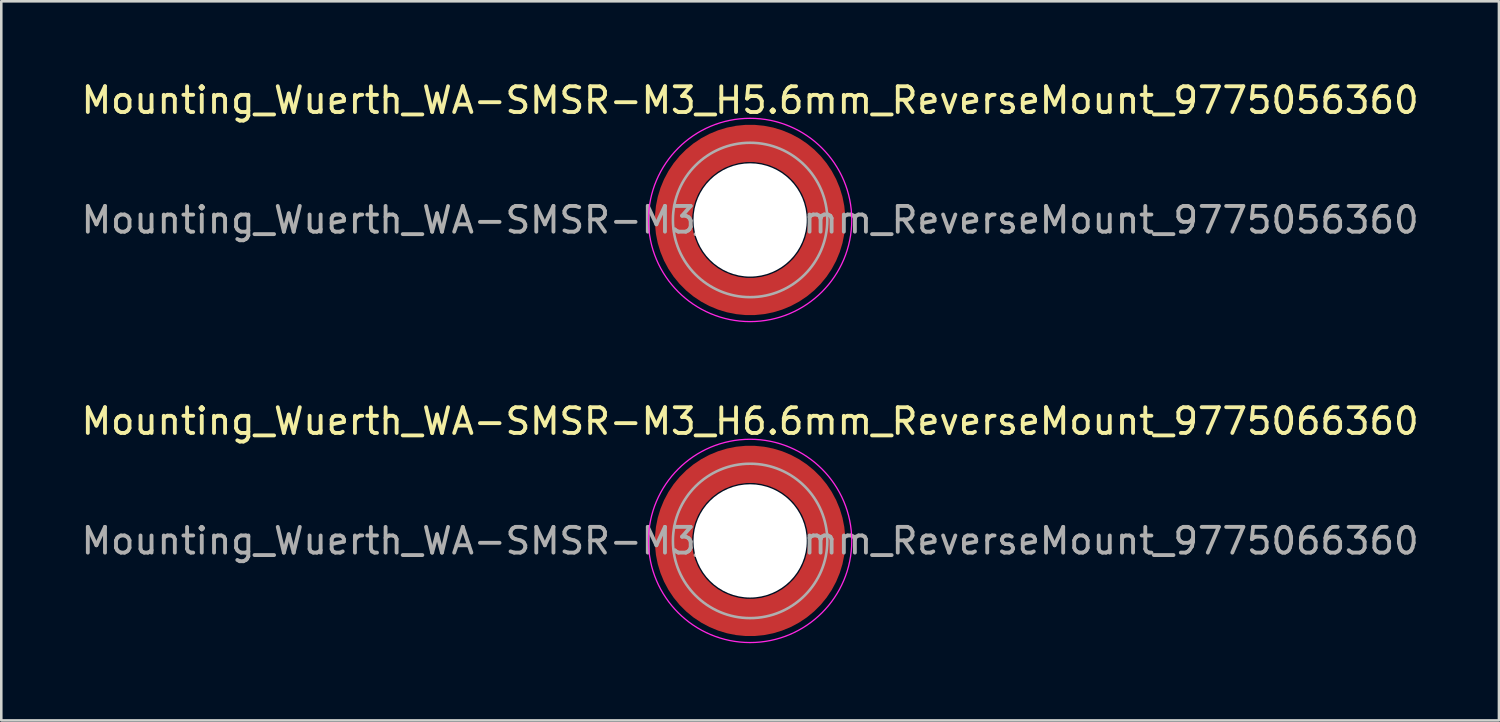
<source format=kicad_pcb>
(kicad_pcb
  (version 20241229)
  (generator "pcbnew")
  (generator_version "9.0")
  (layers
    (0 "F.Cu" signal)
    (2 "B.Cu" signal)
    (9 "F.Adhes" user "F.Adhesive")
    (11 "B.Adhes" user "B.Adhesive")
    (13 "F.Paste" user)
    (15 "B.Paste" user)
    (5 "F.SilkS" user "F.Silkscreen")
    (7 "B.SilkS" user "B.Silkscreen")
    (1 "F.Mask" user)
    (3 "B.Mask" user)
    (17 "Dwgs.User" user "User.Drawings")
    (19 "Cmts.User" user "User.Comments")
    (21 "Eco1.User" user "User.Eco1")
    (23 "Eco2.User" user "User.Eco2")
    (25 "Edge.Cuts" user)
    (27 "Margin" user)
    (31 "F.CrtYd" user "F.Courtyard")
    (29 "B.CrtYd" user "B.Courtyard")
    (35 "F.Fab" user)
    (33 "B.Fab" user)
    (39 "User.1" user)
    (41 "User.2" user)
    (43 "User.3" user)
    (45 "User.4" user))
  (footprint "Mounting_Wuerth_WA-SMSR-M3_H5.6mm_ReverseMount_9775056360"
    (layer "F.Cu")
    (at 26.101 5.498)
    (property "Reference" "Mounting_Wuerth_WA-SMSR-M3_H5.6mm_ReverseMount_9775056360" (at 0 -4.65 0) (layer "F.SilkS") (effects (font (size 1 1) (thickness 0.15))))
    (attr smd)
    (fp_circle (center 0 0) (end 3.95 0) (stroke (width 0.05) (type solid)) (fill no) (layer "F.CrtYd"))
    (fp_circle (center 0 0) (end 3 0) (stroke (width 0.1) (type solid)) (fill no) (layer "F.Fab"))
    (fp_text user "${REFERENCE}" (at 0 0 0) (layer "F.Fab") (effects (font (size 1 1) (thickness 0.15))))
    (pad "" smd custom (at -2.095 -2.095) (size 0.945 0.945) (layers "F.Paste") (options (anchor circle)) (primitives (gr_arc (start -0.24231 1.594804) (mid 0.404104 0.405534) (end 1.592827 -0.241886) (width 0.2)) (gr_arc (start -0.3398 1.594804) (mid 0.335987 0.338711) (end 1.591031 -0.339022) (width 0.2)) (gr_arc (start -0.437132 1.594804) (mid 0.268952 0.270807) (end 1.592231 -0.436623) (width 0.2)) (gr_arc (start -0.534324 1.594804) (mid 0.201345 0.203474) (end 1.591846 -0.53376) (width 0.2)) (gr_arc (start -0.631391 1.594804) (mid 0.134696 0.135183) (end 1.594126 -0.631267) (width 0.2)) (gr_arc (start -0.728345 1.594804) (mid 0.067234 0.067705) (end 1.594149 -0.728229) (width 0.2)) (gr_arc (start -0.825197 1.594804) (mid -0.001218 0.001219) (end 1.591408 -0.824614) (width 0.2)) (gr_arc (start -0.921958 1.594804) (mid -0.068952 -0.065985) (end 1.590665 -0.921269) (width 0.2)) (gr_arc (start -1.018637 1.594804) (mid -0.135972 -0.133906) (end 1.59192 -1.018172) (width 0.2)) (gr_arc (start -1.115239 1.594804) (mid -0.20428 -0.200537) (end 1.589574 -1.11442) (width 0.2)) (gr_arc (start -1.211773 1.594804) (mid -0.26993 -0.269828) (end 1.594662 -1.211752) (width 0.2)) (gr_arc (start -1.308244 1.594804) (mid -0.33911 -0.335587) (end 1.589875 -1.307516) (width 0.2)) (gr_arc (start -1.404657 1.594804) (mid -0.405633 -0.404004) (end 1.592524 -1.404331) (width 0.2)) (gr_arc (start -1.404657 1.594804) (mid -0.405633 -0.404004) (end 1.592524 -1.404331) (width 0.2)) (gr_line (start 1.595 -0.242) (end 1.595 -1.405) (width 0.2)) (gr_line (start -0.242 1.595) (end -1.405 1.595) (width 0.2))))
    (pad "" smd custom (at -2.095 2.095) (size 0.945 0.945) (layers "F.Paste") (options (anchor circle)) (primitives (gr_arc (start 1.594804 0.24231) (mid 0.405534 -0.404104) (end -0.241886 -1.592827) (width 0.2)) (gr_arc (start 1.594804 0.3398) (mid 0.338711 -0.335987) (end -0.339022 -1.591031) (width 0.2)) (gr_arc (start 1.594804 0.437132) (mid 0.270807 -0.268952) (end -0.436623 -1.592231) (width 0.2)) (gr_arc (start 1.594804 0.534324) (mid 0.203474 -0.201345) (end -0.53376 -1.591846) (width 0.2)) (gr_arc (start 1.594804 0.631391) (mid 0.135183 -0.134696) (end -0.631267 -1.594126) (width 0.2)) (gr_arc (start 1.594804 0.728345) (mid 0.067705 -0.067234) (end -0.728229 -1.594149) (width 0.2)) (gr_arc (start 1.594804 0.825197) (mid 0.001219 0.001218) (end -0.824614 -1.591408) (width 0.2)) (gr_arc (start 1.594804 0.921958) (mid -0.065985 0.068952) (end -0.921269 -1.590665) (width 0.2)) (gr_arc (start 1.594804 1.018637) (mid -0.133906 0.135972) (end -1.018172 -1.59192) (width 0.2)) (gr_arc (start 1.594804 1.115239) (mid -0.200537 0.20428) (end -1.11442 -1.589574) (width 0.2)) (gr_arc (start 1.594804 1.211773) (mid -0.269828 0.26993) (end -1.211752 -1.594662) (width 0.2)) (gr_arc (start 1.594804 1.308244) (mid -0.335587 0.33911) (end -1.307516 -1.589875) (width 0.2)) (gr_arc (start 1.594804 1.404657) (mid -0.404004 0.405633) (end -1.404331 -1.592524) (width 0.2)) (gr_arc (start 1.594804 1.404657) (mid -0.404004 0.405633) (end -1.404331 -1.592524) (width 0.2)) (gr_line (start -0.242 -1.595) (end -1.405 -1.595) (width 0.2)) (gr_line (start 1.595 0.242) (end 1.595 1.405) (width 0.2))))
    (pad "" np_thru_hole circle (at 0 0) (size 4.4 4.4) (drill 4.4) (layers "*.Cu" "*.Mask"))
    (pad "" smd custom (at 2.095 -2.095) (size 0.945 0.945) (layers "F.Paste") (options (anchor circle)) (primitives (gr_arc (start -1.594804 -0.24231) (mid -0.405534 0.404104) (end 0.241886 1.592827) (width 0.2)) (gr_arc (start -1.594804 -0.3398) (mid -0.338711 0.335987) (end 0.339022 1.591031) (width 0.2)) (gr_arc (start -1.594804 -0.437132) (mid -0.270807 0.268952) (end 0.436623 1.592231) (width 0.2)) (gr_arc (start -1.594804 -0.534324) (mid -0.203474 0.201345) (end 0.53376 1.591846) (width 0.2)) (gr_arc (start -1.594804 -0.631391) (mid -0.135183 0.134696) (end 0.631267 1.594126) (width 0.2)) (gr_arc (start -1.594804 -0.728345) (mid -0.067705 0.067234) (end 0.728229 1.594149) (width 0.2)) (gr_arc (start -1.594804 -0.825197) (mid -0.001219 -0.001218) (end 0.824614 1.591408) (width 0.2)) (gr_arc (start -1.594804 -0.921958) (mid 0.065985 -0.068952) (end 0.921269 1.590665) (width 0.2)) (gr_arc (start -1.594804 -1.018637) (mid 0.133906 -0.135972) (end 1.018172 1.59192) (width 0.2)) (gr_arc (start -1.594804 -1.115239) (mid 0.200537 -0.20428) (end 1.11442 1.589574) (width 0.2)) (gr_arc (start -1.594804 -1.211773) (mid 0.269828 -0.26993) (end 1.211752 1.594662) (width 0.2)) (gr_arc (start -1.594804 -1.308244) (mid 0.335587 -0.33911) (end 1.307516 1.589875) (width 0.2)) (gr_arc (start -1.594804 -1.404657) (mid 0.404004 -0.405633) (end 1.404331 1.592524) (width 0.2)) (gr_arc (start -1.594804 -1.404657) (mid 0.404004 -0.405633) (end 1.404331 1.592524) (width 0.2)) (gr_line (start 0.242 1.595) (end 1.405 1.595) (width 0.2)) (gr_line (start -1.595 -0.242) (end -1.595 -1.405) (width 0.2))))
    (pad "" smd custom (at 2.095 2.095) (size 0.945 0.945) (layers "F.Paste") (options (anchor circle)) (primitives (gr_arc (start 0.24231 -1.594804) (mid -0.404104 -0.405534) (end -1.592827 0.241886) (width 0.2)) (gr_arc (start 0.3398 -1.594804) (mid -0.335987 -0.338711) (end -1.591031 0.339022) (width 0.2)) (gr_arc (start 0.437132 -1.594804) (mid -0.268952 -0.270807) (end -1.592231 0.436623) (width 0.2)) (gr_arc (start 0.534324 -1.594804) (mid -0.201345 -0.203474) (end -1.591846 0.53376) (width 0.2)) (gr_arc (start 0.631391 -1.594804) (mid -0.134696 -0.135183) (end -1.594126 0.631267) (width 0.2)) (gr_arc (start 0.728345 -1.594804) (mid -0.067234 -0.067705) (end -1.594149 0.728229) (width 0.2)) (gr_arc (start 0.825197 -1.594804) (mid 0.001218 -0.001219) (end -1.591408 0.824614) (width 0.2)) (gr_arc (start 0.921958 -1.594804) (mid 0.068952 0.065985) (end -1.590665 0.921269) (width 0.2)) (gr_arc (start 1.018637 -1.594804) (mid 0.135972 0.133906) (end -1.59192 1.018172) (width 0.2)) (gr_arc (start 1.115239 -1.594804) (mid 0.20428 0.200537) (end -1.589574 1.11442) (width 0.2)) (gr_arc (start 1.211773 -1.594804) (mid 0.26993 0.269828) (end -1.594662 1.211752) (width 0.2)) (gr_arc (start 1.308244 -1.594804) (mid 0.33911 0.335587) (end -1.589875 1.307516) (width 0.2)) (gr_arc (start 1.404657 -1.594804) (mid 0.405633 0.404004) (end -1.592524 1.404331) (width 0.2)) (gr_arc (start 1.404657 -1.594804) (mid 0.405633 0.404004) (end -1.592524 1.404331) (width 0.2)) (gr_line (start -1.595 0.242) (end -1.595 1.405) (width 0.2)) (gr_line (start 0.242 -1.595) (end 1.405 -1.595) (width 0.2))))
    (pad "1" smd circle (at -2.975 0) (size 1.05 1.05) (layers "F.Cu"))
    (pad "1" smd circle (at 0 -2.975) (size 1.05 1.05) (layers "F.Cu"))
    (pad "1" smd circle (at 0 2.975) (size 1.05 1.05) (layers "F.Cu"))
    (pad "1" smd custom (at 2.975 0) (size 1.05 1.05) (layers "F.Cu" "F.Mask") (options (anchor circle)) (primitives (gr_circle (center -2.975 0) (end 0 0) (width 1.45) (fill no)))))
  (footprint "Mounting_Wuerth_WA-SMSR-M3_H6.6mm_ReverseMount_9775066360"
    (layer "F.Cu")
    (at 26.101 17.971)
    (property "Reference" "Mounting_Wuerth_WA-SMSR-M3_H6.6mm_ReverseMount_9775066360" (at 0 -4.65 0) (layer "F.SilkS") (effects (font (size 1 1) (thickness 0.15))))
    (attr smd)
    (fp_circle (center 0 0) (end 3.95 0) (stroke (width 0.05) (type solid)) (fill no) (layer "F.CrtYd"))
    (fp_circle (center 0 0) (end 3 0) (stroke (width 0.1) (type solid)) (fill no) (layer "F.Fab"))
    (fp_text user "${REFERENCE}" (at 0 0 0) (layer "F.Fab") (effects (font (size 1 1) (thickness 0.15))))
    (pad "" smd custom (at -2.095 -2.095) (size 0.945 0.945) (layers "F.Paste") (options (anchor circle)) (primitives (gr_arc (start -0.24231 1.594804) (mid 0.404104 0.405534) (end 1.592827 -0.241886) (width 0.2)) (gr_arc (start -0.3398 1.594804) (mid 0.335987 0.338711) (end 1.591031 -0.339022) (width 0.2)) (gr_arc (start -0.437132 1.594804) (mid 0.268952 0.270807) (end 1.592231 -0.436623) (width 0.2)) (gr_arc (start -0.534324 1.594804) (mid 0.201345 0.203474) (end 1.591846 -0.53376) (width 0.2)) (gr_arc (start -0.631391 1.594804) (mid 0.134696 0.135183) (end 1.594126 -0.631267) (width 0.2)) (gr_arc (start -0.728345 1.594804) (mid 0.067234 0.067705) (end 1.594149 -0.728229) (width 0.2)) (gr_arc (start -0.825197 1.594804) (mid -0.001218 0.001219) (end 1.591408 -0.824614) (width 0.2)) (gr_arc (start -0.921958 1.594804) (mid -0.068952 -0.065985) (end 1.590665 -0.921269) (width 0.2)) (gr_arc (start -1.018637 1.594804) (mid -0.135972 -0.133906) (end 1.59192 -1.018172) (width 0.2)) (gr_arc (start -1.115239 1.594804) (mid -0.20428 -0.200537) (end 1.589574 -1.11442) (width 0.2)) (gr_arc (start -1.211773 1.594804) (mid -0.26993 -0.269828) (end 1.594662 -1.211752) (width 0.2)) (gr_arc (start -1.308244 1.594804) (mid -0.33911 -0.335587) (end 1.589875 -1.307516) (width 0.2)) (gr_arc (start -1.404657 1.594804) (mid -0.405633 -0.404004) (end 1.592524 -1.404331) (width 0.2)) (gr_arc (start -1.404657 1.594804) (mid -0.405633 -0.404004) (end 1.592524 -1.404331) (width 0.2)) (gr_line (start 1.595 -0.242) (end 1.595 -1.405) (width 0.2)) (gr_line (start -0.242 1.595) (end -1.405 1.595) (width 0.2))))
    (pad "" smd custom (at -2.095 2.095) (size 0.945 0.945) (layers "F.Paste") (options (anchor circle)) (primitives (gr_arc (start 1.594804 0.24231) (mid 0.405534 -0.404104) (end -0.241886 -1.592827) (width 0.2)) (gr_arc (start 1.594804 0.3398) (mid 0.338711 -0.335987) (end -0.339022 -1.591031) (width 0.2)) (gr_arc (start 1.594804 0.437132) (mid 0.270807 -0.268952) (end -0.436623 -1.592231) (width 0.2)) (gr_arc (start 1.594804 0.534324) (mid 0.203474 -0.201345) (end -0.53376 -1.591846) (width 0.2)) (gr_arc (start 1.594804 0.631391) (mid 0.135183 -0.134696) (end -0.631267 -1.594126) (width 0.2)) (gr_arc (start 1.594804 0.728345) (mid 0.067705 -0.067234) (end -0.728229 -1.594149) (width 0.2)) (gr_arc (start 1.594804 0.825197) (mid 0.001219 0.001218) (end -0.824614 -1.591408) (width 0.2)) (gr_arc (start 1.594804 0.921958) (mid -0.065985 0.068952) (end -0.921269 -1.590665) (width 0.2)) (gr_arc (start 1.594804 1.018637) (mid -0.133906 0.135972) (end -1.018172 -1.59192) (width 0.2)) (gr_arc (start 1.594804 1.115239) (mid -0.200537 0.20428) (end -1.11442 -1.589574) (width 0.2)) (gr_arc (start 1.594804 1.211773) (mid -0.269828 0.26993) (end -1.211752 -1.594662) (width 0.2)) (gr_arc (start 1.594804 1.308244) (mid -0.335587 0.33911) (end -1.307516 -1.589875) (width 0.2)) (gr_arc (start 1.594804 1.404657) (mid -0.404004 0.405633) (end -1.404331 -1.592524) (width 0.2)) (gr_arc (start 1.594804 1.404657) (mid -0.404004 0.405633) (end -1.404331 -1.592524) (width 0.2)) (gr_line (start -0.242 -1.595) (end -1.405 -1.595) (width 0.2)) (gr_line (start 1.595 0.242) (end 1.595 1.405) (width 0.2))))
    (pad "" np_thru_hole circle (at 0 0) (size 4.4 4.4) (drill 4.4) (layers "*.Cu" "*.Mask"))
    (pad "" smd custom (at 2.095 -2.095) (size 0.945 0.945) (layers "F.Paste") (options (anchor circle)) (primitives (gr_arc (start -1.594804 -0.24231) (mid -0.405534 0.404104) (end 0.241886 1.592827) (width 0.2)) (gr_arc (start -1.594804 -0.3398) (mid -0.338711 0.335987) (end 0.339022 1.591031) (width 0.2)) (gr_arc (start -1.594804 -0.437132) (mid -0.270807 0.268952) (end 0.436623 1.592231) (width 0.2)) (gr_arc (start -1.594804 -0.534324) (mid -0.203474 0.201345) (end 0.53376 1.591846) (width 0.2)) (gr_arc (start -1.594804 -0.631391) (mid -0.135183 0.134696) (end 0.631267 1.594126) (width 0.2)) (gr_arc (start -1.594804 -0.728345) (mid -0.067705 0.067234) (end 0.728229 1.594149) (width 0.2)) (gr_arc (start -1.594804 -0.825197) (mid -0.001219 -0.001218) (end 0.824614 1.591408) (width 0.2)) (gr_arc (start -1.594804 -0.921958) (mid 0.065985 -0.068952) (end 0.921269 1.590665) (width 0.2)) (gr_arc (start -1.594804 -1.018637) (mid 0.133906 -0.135972) (end 1.018172 1.59192) (width 0.2)) (gr_arc (start -1.594804 -1.115239) (mid 0.200537 -0.20428) (end 1.11442 1.589574) (width 0.2)) (gr_arc (start -1.594804 -1.211773) (mid 0.269828 -0.26993) (end 1.211752 1.594662) (width 0.2)) (gr_arc (start -1.594804 -1.308244) (mid 0.335587 -0.33911) (end 1.307516 1.589875) (width 0.2)) (gr_arc (start -1.594804 -1.404657) (mid 0.404004 -0.405633) (end 1.404331 1.592524) (width 0.2)) (gr_arc (start -1.594804 -1.404657) (mid 0.404004 -0.405633) (end 1.404331 1.592524) (width 0.2)) (gr_line (start 0.242 1.595) (end 1.405 1.595) (width 0.2)) (gr_line (start -1.595 -0.242) (end -1.595 -1.405) (width 0.2))))
    (pad "" smd custom (at 2.095 2.095) (size 0.945 0.945) (layers "F.Paste") (options (anchor circle)) (primitives (gr_arc (start 0.24231 -1.594804) (mid -0.404104 -0.405534) (end -1.592827 0.241886) (width 0.2)) (gr_arc (start 0.3398 -1.594804) (mid -0.335987 -0.338711) (end -1.591031 0.339022) (width 0.2)) (gr_arc (start 0.437132 -1.594804) (mid -0.268952 -0.270807) (end -1.592231 0.436623) (width 0.2)) (gr_arc (start 0.534324 -1.594804) (mid -0.201345 -0.203474) (end -1.591846 0.53376) (width 0.2)) (gr_arc (start 0.631391 -1.594804) (mid -0.134696 -0.135183) (end -1.594126 0.631267) (width 0.2)) (gr_arc (start 0.728345 -1.594804) (mid -0.067234 -0.067705) (end -1.594149 0.728229) (width 0.2)) (gr_arc (start 0.825197 -1.594804) (mid 0.001218 -0.001219) (end -1.591408 0.824614) (width 0.2)) (gr_arc (start 0.921958 -1.594804) (mid 0.068952 0.065985) (end -1.590665 0.921269) (width 0.2)) (gr_arc (start 1.018637 -1.594804) (mid 0.135972 0.133906) (end -1.59192 1.018172) (width 0.2)) (gr_arc (start 1.115239 -1.594804) (mid 0.20428 0.200537) (end -1.589574 1.11442) (width 0.2)) (gr_arc (start 1.211773 -1.594804) (mid 0.26993 0.269828) (end -1.594662 1.211752) (width 0.2)) (gr_arc (start 1.308244 -1.594804) (mid 0.33911 0.335587) (end -1.589875 1.307516) (width 0.2)) (gr_arc (start 1.404657 -1.594804) (mid 0.405633 0.404004) (end -1.592524 1.404331) (width 0.2)) (gr_arc (start 1.404657 -1.594804) (mid 0.405633 0.404004) (end -1.592524 1.404331) (width 0.2)) (gr_line (start -1.595 0.242) (end -1.595 1.405) (width 0.2)) (gr_line (start 0.242 -1.595) (end 1.405 -1.595) (width 0.2))))
    (pad "1" smd circle (at -2.975 0) (size 1.05 1.05) (layers "F.Cu"))
    (pad "1" smd circle (at 0 -2.975) (size 1.05 1.05) (layers "F.Cu"))
    (pad "1" smd circle (at 0 2.975) (size 1.05 1.05) (layers "F.Cu"))
    (pad "1" smd custom (at 2.975 0) (size 1.05 1.05) (layers "F.Cu" "F.Mask") (options (anchor circle)) (primitives (gr_circle (center -2.975 0) (end 0 0) (width 1.45) (fill no)))))
  (gr_rect
    (start -3 -3)
    (end 55.202 24.947)
    (stroke (width 0.1) (type default))
    (fill no)
    (layer "Edge.Cuts")))
</source>
